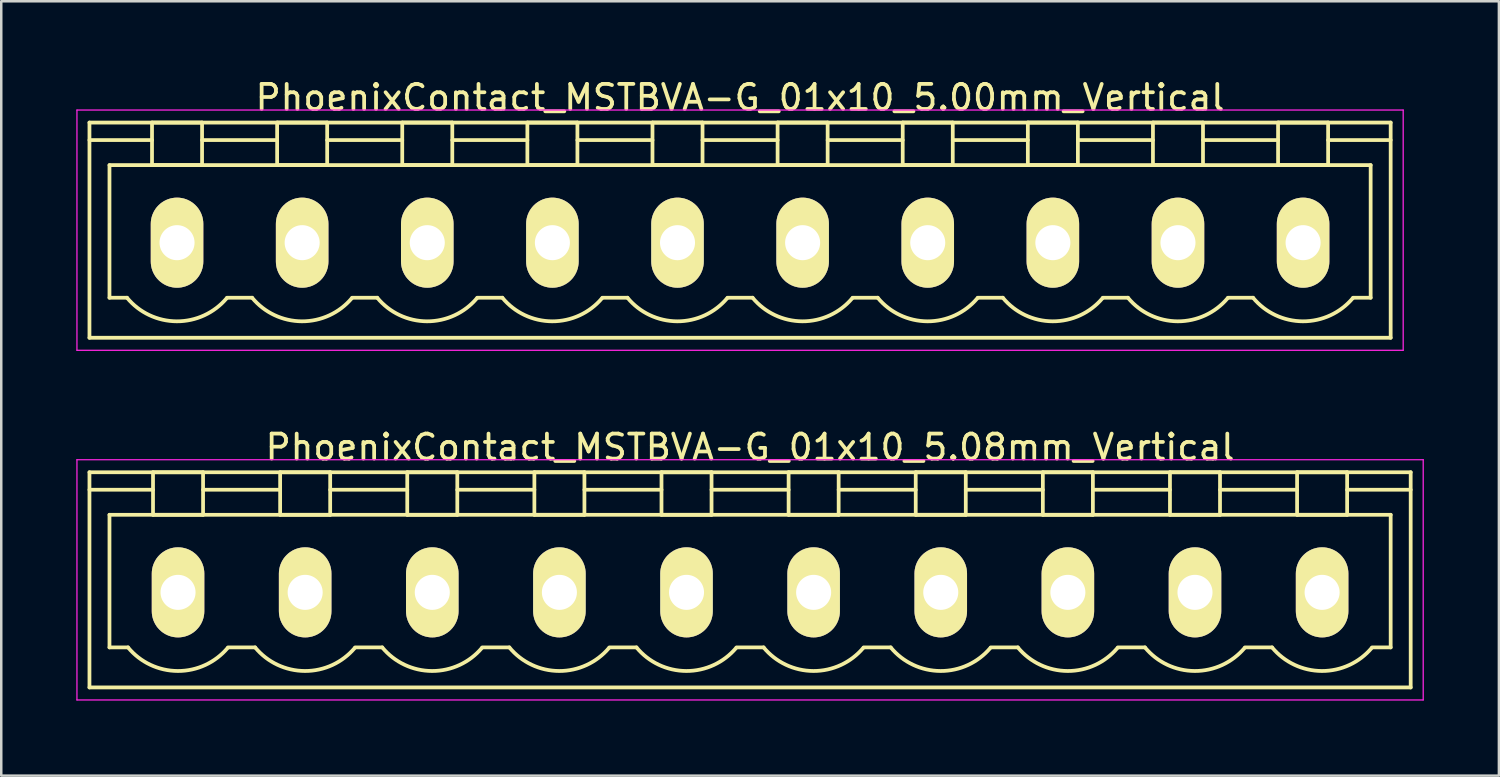
<source format=kicad_pcb>
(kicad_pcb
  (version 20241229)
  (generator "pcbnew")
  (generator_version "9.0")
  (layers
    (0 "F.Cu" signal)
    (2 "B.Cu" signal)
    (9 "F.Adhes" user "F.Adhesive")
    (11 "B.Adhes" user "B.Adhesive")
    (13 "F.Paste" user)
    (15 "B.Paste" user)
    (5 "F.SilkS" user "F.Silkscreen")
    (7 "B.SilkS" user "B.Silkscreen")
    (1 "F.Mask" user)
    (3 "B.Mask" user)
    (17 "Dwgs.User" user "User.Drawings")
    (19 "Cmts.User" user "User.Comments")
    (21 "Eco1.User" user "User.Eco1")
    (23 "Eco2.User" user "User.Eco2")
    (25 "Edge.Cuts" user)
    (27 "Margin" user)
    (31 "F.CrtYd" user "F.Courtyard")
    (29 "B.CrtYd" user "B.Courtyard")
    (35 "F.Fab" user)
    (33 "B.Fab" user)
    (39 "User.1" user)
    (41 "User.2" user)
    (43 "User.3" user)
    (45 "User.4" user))
  (footprint "PhoenixContact_MSTBVA-G_01x10_5.00mm_Vertical"
    (layer "F.Cu")
    (at 4.025 6.648)
    (property "Reference" "PhoenixContact_MSTBVA-G_01x10_5.00mm_Vertical" (at 22.5 -5.8 0) (layer "F.SilkS") (effects (font (size 1 1) (thickness 0.15))))
    (attr through_hole)
    (fp_line (start -3.5 -4.8) (end -3.5 3.8) (stroke (width 0.15) (type solid)) (layer "F.SilkS"))
    (fp_line (start -3.5 -4.1) (end -1 -4.1) (stroke (width 0.15) (type solid)) (layer "F.SilkS"))
    (fp_line (start -3.5 3.8) (end 48.5 3.8) (stroke (width 0.15) (type solid)) (layer "F.SilkS"))
    (fp_line (start -2.7 -3.1) (end 47.7 -3.1) (stroke (width 0.15) (type solid)) (layer "F.SilkS"))
    (fp_line (start -2.7 2.2) (end -2.7 -3.1) (stroke (width 0.15) (type solid)) (layer "F.SilkS"))
    (fp_line (start -2 2.2) (end -2.7 2.2) (stroke (width 0.15) (type solid)) (layer "F.SilkS"))
    (fp_line (start -1 -4.8) (end 1 -4.8) (stroke (width 0.15) (type solid)) (layer "F.SilkS"))
    (fp_line (start -1 -3.1) (end -1 -4.8) (stroke (width 0.15) (type solid)) (layer "F.SilkS"))
    (fp_line (start 1 -4.8) (end 1 -3.1) (stroke (width 0.15) (type solid)) (layer "F.SilkS"))
    (fp_line (start 1 -4.1) (end 4 -4.1) (stroke (width 0.15) (type solid)) (layer "F.SilkS"))
    (fp_line (start 1 -3.1) (end -1 -3.1) (stroke (width 0.15) (type solid)) (layer "F.SilkS"))
    (fp_line (start 2 2.2) (end 3 2.2) (stroke (width 0.15) (type solid)) (layer "F.SilkS"))
    (fp_line (start 4 -4.8) (end 6 -4.8) (stroke (width 0.15) (type solid)) (layer "F.SilkS"))
    (fp_line (start 4 -3.1) (end 4 -4.8) (stroke (width 0.15) (type solid)) (layer "F.SilkS"))
    (fp_line (start 6 -4.8) (end 6 -3.1) (stroke (width 0.15) (type solid)) (layer "F.SilkS"))
    (fp_line (start 6 -4.1) (end 9 -4.1) (stroke (width 0.15) (type solid)) (layer "F.SilkS"))
    (fp_line (start 6 -3.1) (end 4 -3.1) (stroke (width 0.15) (type solid)) (layer "F.SilkS"))
    (fp_line (start 7 2.2) (end 8 2.2) (stroke (width 0.15) (type solid)) (layer "F.SilkS"))
    (fp_line (start 9 -4.8) (end 11 -4.8) (stroke (width 0.15) (type solid)) (layer "F.SilkS"))
    (fp_line (start 9 -3.1) (end 9 -4.8) (stroke (width 0.15) (type solid)) (layer "F.SilkS"))
    (fp_line (start 11 -4.8) (end 11 -3.1) (stroke (width 0.15) (type solid)) (layer "F.SilkS"))
    (fp_line (start 11 -4.1) (end 14 -4.1) (stroke (width 0.15) (type solid)) (layer "F.SilkS"))
    (fp_line (start 11 -3.1) (end 9 -3.1) (stroke (width 0.15) (type solid)) (layer "F.SilkS"))
    (fp_line (start 12 2.2) (end 13 2.2) (stroke (width 0.15) (type solid)) (layer "F.SilkS"))
    (fp_line (start 14 -4.8) (end 16 -4.8) (stroke (width 0.15) (type solid)) (layer "F.SilkS"))
    (fp_line (start 14 -3.1) (end 14 -4.8) (stroke (width 0.15) (type solid)) (layer "F.SilkS"))
    (fp_line (start 16 -4.8) (end 16 -3.1) (stroke (width 0.15) (type solid)) (layer "F.SilkS"))
    (fp_line (start 16 -4.1) (end 19 -4.1) (stroke (width 0.15) (type solid)) (layer "F.SilkS"))
    (fp_line (start 16 -3.1) (end 14 -3.1) (stroke (width 0.15) (type solid)) (layer "F.SilkS"))
    (fp_line (start 17 2.2) (end 18 2.2) (stroke (width 0.15) (type solid)) (layer "F.SilkS"))
    (fp_line (start 19 -4.8) (end 21 -4.8) (stroke (width 0.15) (type solid)) (layer "F.SilkS"))
    (fp_line (start 19 -3.1) (end 19 -4.8) (stroke (width 0.15) (type solid)) (layer "F.SilkS"))
    (fp_line (start 21 -4.8) (end 21 -3.1) (stroke (width 0.15) (type solid)) (layer "F.SilkS"))
    (fp_line (start 21 -4.1) (end 24 -4.1) (stroke (width 0.15) (type solid)) (layer "F.SilkS"))
    (fp_line (start 21 -3.1) (end 19 -3.1) (stroke (width 0.15) (type solid)) (layer "F.SilkS"))
    (fp_line (start 22 2.2) (end 23 2.2) (stroke (width 0.15) (type solid)) (layer "F.SilkS"))
    (fp_line (start 24 -4.8) (end 26 -4.8) (stroke (width 0.15) (type solid)) (layer "F.SilkS"))
    (fp_line (start 24 -3.1) (end 24 -4.8) (stroke (width 0.15) (type solid)) (layer "F.SilkS"))
    (fp_line (start 26 -4.8) (end 26 -3.1) (stroke (width 0.15) (type solid)) (layer "F.SilkS"))
    (fp_line (start 26 -4.1) (end 29 -4.1) (stroke (width 0.15) (type solid)) (layer "F.SilkS"))
    (fp_line (start 26 -3.1) (end 24 -3.1) (stroke (width 0.15) (type solid)) (layer "F.SilkS"))
    (fp_line (start 27 2.2) (end 28 2.2) (stroke (width 0.15) (type solid)) (layer "F.SilkS"))
    (fp_line (start 29 -4.8) (end 31 -4.8) (stroke (width 0.15) (type solid)) (layer "F.SilkS"))
    (fp_line (start 29 -3.1) (end 29 -4.8) (stroke (width 0.15) (type solid)) (layer "F.SilkS"))
    (fp_line (start 31 -4.8) (end 31 -3.1) (stroke (width 0.15) (type solid)) (layer "F.SilkS"))
    (fp_line (start 31 -4.1) (end 34 -4.1) (stroke (width 0.15) (type solid)) (layer "F.SilkS"))
    (fp_line (start 31 -3.1) (end 29 -3.1) (stroke (width 0.15) (type solid)) (layer "F.SilkS"))
    (fp_line (start 32 2.2) (end 33 2.2) (stroke (width 0.15) (type solid)) (layer "F.SilkS"))
    (fp_line (start 34 -4.8) (end 36 -4.8) (stroke (width 0.15) (type solid)) (layer "F.SilkS"))
    (fp_line (start 34 -3.1) (end 34 -4.8) (stroke (width 0.15) (type solid)) (layer "F.SilkS"))
    (fp_line (start 36 -4.8) (end 36 -3.1) (stroke (width 0.15) (type solid)) (layer "F.SilkS"))
    (fp_line (start 36 -4.1) (end 39 -4.1) (stroke (width 0.15) (type solid)) (layer "F.SilkS"))
    (fp_line (start 36 -3.1) (end 34 -3.1) (stroke (width 0.15) (type solid)) (layer "F.SilkS"))
    (fp_line (start 37 2.2) (end 38 2.2) (stroke (width 0.15) (type solid)) (layer "F.SilkS"))
    (fp_line (start 39 -4.8) (end 41 -4.8) (stroke (width 0.15) (type solid)) (layer "F.SilkS"))
    (fp_line (start 39 -3.1) (end 39 -4.8) (stroke (width 0.15) (type solid)) (layer "F.SilkS"))
    (fp_line (start 41 -4.8) (end 41 -3.1) (stroke (width 0.15) (type solid)) (layer "F.SilkS"))
    (fp_line (start 41 -4.1) (end 44 -4.1) (stroke (width 0.15) (type solid)) (layer "F.SilkS"))
    (fp_line (start 41 -3.1) (end 39 -3.1) (stroke (width 0.15) (type solid)) (layer "F.SilkS"))
    (fp_line (start 42 2.2) (end 43 2.2) (stroke (width 0.15) (type solid)) (layer "F.SilkS"))
    (fp_line (start 44 -4.8) (end 46 -4.8) (stroke (width 0.15) (type solid)) (layer "F.SilkS"))
    (fp_line (start 44 -3.1) (end 44 -4.8) (stroke (width 0.15) (type solid)) (layer "F.SilkS"))
    (fp_line (start 46 -4.8) (end 46 -3.1) (stroke (width 0.15) (type solid)) (layer "F.SilkS"))
    (fp_line (start 46 -3.1) (end 44 -3.1) (stroke (width 0.15) (type solid)) (layer "F.SilkS"))
    (fp_line (start 47.7 -3.1) (end 47.7 2.2) (stroke (width 0.15) (type solid)) (layer "F.SilkS"))
    (fp_line (start 47.7 2.2) (end 47 2.2) (stroke (width 0.15) (type solid)) (layer "F.SilkS"))
    (fp_line (start 48.5 -4.8) (end -3.5 -4.8) (stroke (width 0.15) (type solid)) (layer "F.SilkS"))
    (fp_line (start 48.5 -4.1) (end 46 -4.1) (stroke (width 0.15) (type solid)) (layer "F.SilkS"))
    (fp_line (start 48.5 3.8) (end 48.5 -4.8) (stroke (width 0.15) (type solid)) (layer "F.SilkS"))
    (fp_arc (start 1.986842 2.215821) (mid -0.010289 3.142758) (end -2 2.2) (stroke (width 0.15) (type solid)) (layer "F.SilkS"))
    (fp_arc (start 6.986842 2.215821) (mid 4.989711 3.142758) (end 3 2.2) (stroke (width 0.15) (type solid)) (layer "F.SilkS"))
    (fp_arc (start 11.986842 2.215821) (mid 9.989711 3.142758) (end 8 2.2) (stroke (width 0.15) (type solid)) (layer "F.SilkS"))
    (fp_arc (start 16.986842 2.215821) (mid 14.989711 3.142758) (end 13 2.2) (stroke (width 0.15) (type solid)) (layer "F.SilkS"))
    (fp_arc (start 21.986842 2.215821) (mid 19.989711 3.142758) (end 18 2.2) (stroke (width 0.15) (type solid)) (layer "F.SilkS"))
    (fp_arc (start 26.986842 2.215821) (mid 24.989711 3.142758) (end 23 2.2) (stroke (width 0.15) (type solid)) (layer "F.SilkS"))
    (fp_arc (start 31.986842 2.215821) (mid 29.989711 3.142758) (end 28 2.2) (stroke (width 0.15) (type solid)) (layer "F.SilkS"))
    (fp_arc (start 36.986842 2.215821) (mid 34.989711 3.142758) (end 33 2.2) (stroke (width 0.15) (type solid)) (layer "F.SilkS"))
    (fp_arc (start 41.986842 2.215821) (mid 39.989711 3.142758) (end 38 2.2) (stroke (width 0.15) (type solid)) (layer "F.SilkS"))
    (fp_arc (start 46.986842 2.215821) (mid 44.989711 3.142758) (end 43 2.2) (stroke (width 0.15) (type solid)) (layer "F.SilkS"))
    (fp_line (start -4 -5.3) (end -4 4.3) (stroke (width 0.05) (type solid)) (layer "F.CrtYd"))
    (fp_line (start -4 4.3) (end 49 4.3) (stroke (width 0.05) (type solid)) (layer "F.CrtYd"))
    (fp_line (start 49 -5.3) (end -4 -5.3) (stroke (width 0.05) (type solid)) (layer "F.CrtYd"))
    (fp_line (start 49 4.3) (end 49 -5.3) (stroke (width 0.05) (type solid)) (layer "F.CrtYd"))
    (pad "1" thru_hole oval (at 0 0) (size 2.1 3.6) (drill 1.4) (layers "*.Cu" "*.Mask" "F.SilkS"))
    (pad "2" thru_hole oval (at 5 0) (size 2.1 3.6) (drill 1.4) (layers "*.Cu" "*.Mask" "F.SilkS"))
    (pad "3" thru_hole oval (at 10 0) (size 2.1 3.6) (drill 1.4) (layers "*.Cu" "*.Mask" "F.SilkS"))
    (pad "4" thru_hole oval (at 15 0) (size 2.1 3.6) (drill 1.4) (layers "*.Cu" "*.Mask" "F.SilkS"))
    (pad "5" thru_hole oval (at 20 0) (size 2.1 3.6) (drill 1.4) (layers "*.Cu" "*.Mask" "F.SilkS"))
    (pad "6" thru_hole oval (at 25 0) (size 2.1 3.6) (drill 1.4) (layers "*.Cu" "*.Mask" "F.SilkS"))
    (pad "7" thru_hole oval (at 30 0) (size 2.1 3.6) (drill 1.4) (layers "*.Cu" "*.Mask" "F.SilkS"))
    (pad "8" thru_hole oval (at 35 0) (size 2.1 3.6) (drill 1.4) (layers "*.Cu" "*.Mask" "F.SilkS"))
    (pad "9" thru_hole oval (at 40 0) (size 2.1 3.6) (drill 1.4) (layers "*.Cu" "*.Mask" "F.SilkS"))
    (pad "10" thru_hole oval (at 45 0) (size 2.1 3.6) (drill 1.4) (layers "*.Cu" "*.Mask" "F.SilkS")))
  (footprint "PhoenixContact_MSTBVA-G_01x10_5.08mm_Vertical"
    (layer "F.Cu")
    (at 4.065 20.622)
    (property "Reference" "PhoenixContact_MSTBVA-G_01x10_5.08mm_Vertical" (at 22.86 -5.8 0) (layer "F.SilkS") (effects (font (size 1 1) (thickness 0.15))))
    (attr through_hole)
    (fp_line (start -3.54 -4.8) (end -3.54 3.8) (stroke (width 0.15) (type solid)) (layer "F.SilkS"))
    (fp_line (start -3.54 -4.1) (end -1 -4.1) (stroke (width 0.15) (type solid)) (layer "F.SilkS"))
    (fp_line (start -3.54 3.8) (end 49.26 3.8) (stroke (width 0.15) (type solid)) (layer "F.SilkS"))
    (fp_line (start -2.74 -3.1) (end 48.46 -3.1) (stroke (width 0.15) (type solid)) (layer "F.SilkS"))
    (fp_line (start -2.74 2.2) (end -2.74 -3.1) (stroke (width 0.15) (type solid)) (layer "F.SilkS"))
    (fp_line (start -2 2.2) (end -2.74 2.2) (stroke (width 0.15) (type solid)) (layer "F.SilkS"))
    (fp_line (start -1 -4.8) (end 1 -4.8) (stroke (width 0.15) (type solid)) (layer "F.SilkS"))
    (fp_line (start -1 -3.1) (end -1 -4.8) (stroke (width 0.15) (type solid)) (layer "F.SilkS"))
    (fp_line (start 1 -4.8) (end 1 -3.1) (stroke (width 0.15) (type solid)) (layer "F.SilkS"))
    (fp_line (start 1 -4.1) (end 4.08 -4.1) (stroke (width 0.15) (type solid)) (layer "F.SilkS"))
    (fp_line (start 1 -3.1) (end -1 -3.1) (stroke (width 0.15) (type solid)) (layer "F.SilkS"))
    (fp_line (start 2 2.2) (end 3.08 2.2) (stroke (width 0.15) (type solid)) (layer "F.SilkS"))
    (fp_line (start 4.08 -4.8) (end 6.08 -4.8) (stroke (width 0.15) (type solid)) (layer "F.SilkS"))
    (fp_line (start 4.08 -3.1) (end 4.08 -4.8) (stroke (width 0.15) (type solid)) (layer "F.SilkS"))
    (fp_line (start 6.08 -4.8) (end 6.08 -3.1) (stroke (width 0.15) (type solid)) (layer "F.SilkS"))
    (fp_line (start 6.08 -4.1) (end 9.16 -4.1) (stroke (width 0.15) (type solid)) (layer "F.SilkS"))
    (fp_line (start 6.08 -3.1) (end 4.08 -3.1) (stroke (width 0.15) (type solid)) (layer "F.SilkS"))
    (fp_line (start 7.08 2.2) (end 8.16 2.2) (stroke (width 0.15) (type solid)) (layer "F.SilkS"))
    (fp_line (start 9.16 -4.8) (end 11.16 -4.8) (stroke (width 0.15) (type solid)) (layer "F.SilkS"))
    (fp_line (start 9.16 -3.1) (end 9.16 -4.8) (stroke (width 0.15) (type solid)) (layer "F.SilkS"))
    (fp_line (start 11.16 -4.8) (end 11.16 -3.1) (stroke (width 0.15) (type solid)) (layer "F.SilkS"))
    (fp_line (start 11.16 -4.1) (end 14.24 -4.1) (stroke (width 0.15) (type solid)) (layer "F.SilkS"))
    (fp_line (start 11.16 -3.1) (end 9.16 -3.1) (stroke (width 0.15) (type solid)) (layer "F.SilkS"))
    (fp_line (start 12.16 2.2) (end 13.24 2.2) (stroke (width 0.15) (type solid)) (layer "F.SilkS"))
    (fp_line (start 14.24 -4.8) (end 16.24 -4.8) (stroke (width 0.15) (type solid)) (layer "F.SilkS"))
    (fp_line (start 14.24 -3.1) (end 14.24 -4.8) (stroke (width 0.15) (type solid)) (layer "F.SilkS"))
    (fp_line (start 16.24 -4.8) (end 16.24 -3.1) (stroke (width 0.15) (type solid)) (layer "F.SilkS"))
    (fp_line (start 16.24 -4.1) (end 19.32 -4.1) (stroke (width 0.15) (type solid)) (layer "F.SilkS"))
    (fp_line (start 16.24 -3.1) (end 14.24 -3.1) (stroke (width 0.15) (type solid)) (layer "F.SilkS"))
    (fp_line (start 17.24 2.2) (end 18.32 2.2) (stroke (width 0.15) (type solid)) (layer "F.SilkS"))
    (fp_line (start 19.32 -4.8) (end 21.32 -4.8) (stroke (width 0.15) (type solid)) (layer "F.SilkS"))
    (fp_line (start 19.32 -3.1) (end 19.32 -4.8) (stroke (width 0.15) (type solid)) (layer "F.SilkS"))
    (fp_line (start 21.32 -4.8) (end 21.32 -3.1) (stroke (width 0.15) (type solid)) (layer "F.SilkS"))
    (fp_line (start 21.32 -4.1) (end 24.4 -4.1) (stroke (width 0.15) (type solid)) (layer "F.SilkS"))
    (fp_line (start 21.32 -3.1) (end 19.32 -3.1) (stroke (width 0.15) (type solid)) (layer "F.SilkS"))
    (fp_line (start 22.32 2.2) (end 23.4 2.2) (stroke (width 0.15) (type solid)) (layer "F.SilkS"))
    (fp_line (start 24.4 -4.8) (end 26.4 -4.8) (stroke (width 0.15) (type solid)) (layer "F.SilkS"))
    (fp_line (start 24.4 -3.1) (end 24.4 -4.8) (stroke (width 0.15) (type solid)) (layer "F.SilkS"))
    (fp_line (start 26.4 -4.8) (end 26.4 -3.1) (stroke (width 0.15) (type solid)) (layer "F.SilkS"))
    (fp_line (start 26.4 -4.1) (end 29.48 -4.1) (stroke (width 0.15) (type solid)) (layer "F.SilkS"))
    (fp_line (start 26.4 -3.1) (end 24.4 -3.1) (stroke (width 0.15) (type solid)) (layer "F.SilkS"))
    (fp_line (start 27.4 2.2) (end 28.48 2.2) (stroke (width 0.15) (type solid)) (layer "F.SilkS"))
    (fp_line (start 29.48 -4.8) (end 31.48 -4.8) (stroke (width 0.15) (type solid)) (layer "F.SilkS"))
    (fp_line (start 29.48 -3.1) (end 29.48 -4.8) (stroke (width 0.15) (type solid)) (layer "F.SilkS"))
    (fp_line (start 31.48 -4.8) (end 31.48 -3.1) (stroke (width 0.15) (type solid)) (layer "F.SilkS"))
    (fp_line (start 31.48 -4.1) (end 34.56 -4.1) (stroke (width 0.15) (type solid)) (layer "F.SilkS"))
    (fp_line (start 31.48 -3.1) (end 29.48 -3.1) (stroke (width 0.15) (type solid)) (layer "F.SilkS"))
    (fp_line (start 32.48 2.2) (end 33.56 2.2) (stroke (width 0.15) (type solid)) (layer "F.SilkS"))
    (fp_line (start 34.56 -4.8) (end 36.56 -4.8) (stroke (width 0.15) (type solid)) (layer "F.SilkS"))
    (fp_line (start 34.56 -3.1) (end 34.56 -4.8) (stroke (width 0.15) (type solid)) (layer "F.SilkS"))
    (fp_line (start 36.56 -4.8) (end 36.56 -3.1) (stroke (width 0.15) (type solid)) (layer "F.SilkS"))
    (fp_line (start 36.56 -4.1) (end 39.64 -4.1) (stroke (width 0.15) (type solid)) (layer "F.SilkS"))
    (fp_line (start 36.56 -3.1) (end 34.56 -3.1) (stroke (width 0.15) (type solid)) (layer "F.SilkS"))
    (fp_line (start 37.56 2.2) (end 38.64 2.2) (stroke (width 0.15) (type solid)) (layer "F.SilkS"))
    (fp_line (start 39.64 -4.8) (end 41.64 -4.8) (stroke (width 0.15) (type solid)) (layer "F.SilkS"))
    (fp_line (start 39.64 -3.1) (end 39.64 -4.8) (stroke (width 0.15) (type solid)) (layer "F.SilkS"))
    (fp_line (start 41.64 -4.8) (end 41.64 -3.1) (stroke (width 0.15) (type solid)) (layer "F.SilkS"))
    (fp_line (start 41.64 -4.1) (end 44.72 -4.1) (stroke (width 0.15) (type solid)) (layer "F.SilkS"))
    (fp_line (start 41.64 -3.1) (end 39.64 -3.1) (stroke (width 0.15) (type solid)) (layer "F.SilkS"))
    (fp_line (start 42.64 2.2) (end 43.72 2.2) (stroke (width 0.15) (type solid)) (layer "F.SilkS"))
    (fp_line (start 44.72 -4.8) (end 46.72 -4.8) (stroke (width 0.15) (type solid)) (layer "F.SilkS"))
    (fp_line (start 44.72 -3.1) (end 44.72 -4.8) (stroke (width 0.15) (type solid)) (layer "F.SilkS"))
    (fp_line (start 46.72 -4.8) (end 46.72 -3.1) (stroke (width 0.15) (type solid)) (layer "F.SilkS"))
    (fp_line (start 46.72 -3.1) (end 44.72 -3.1) (stroke (width 0.15) (type solid)) (layer "F.SilkS"))
    (fp_line (start 48.46 -3.1) (end 48.46 2.2) (stroke (width 0.15) (type solid)) (layer "F.SilkS"))
    (fp_line (start 48.46 2.2) (end 47.72 2.2) (stroke (width 0.15) (type solid)) (layer "F.SilkS"))
    (fp_line (start 49.26 -4.8) (end -3.54 -4.8) (stroke (width 0.15) (type solid)) (layer "F.SilkS"))
    (fp_line (start 49.26 -4.1) (end 46.72 -4.1) (stroke (width 0.15) (type solid)) (layer "F.SilkS"))
    (fp_line (start 49.26 3.8) (end 49.26 -4.8) (stroke (width 0.15) (type solid)) (layer "F.SilkS"))
    (fp_arc (start 1.986842 2.215821) (mid -0.010289 3.142758) (end -2 2.2) (stroke (width 0.15) (type solid)) (layer "F.SilkS"))
    (fp_arc (start 7.066842 2.215821) (mid 5.069711 3.142758) (end 3.08 2.2) (stroke (width 0.15) (type solid)) (layer "F.SilkS"))
    (fp_arc (start 12.146842 2.215821) (mid 10.149711 3.142758) (end 8.16 2.2) (stroke (width 0.15) (type solid)) (layer "F.SilkS"))
    (fp_arc (start 17.226842 2.215821) (mid 15.229711 3.142758) (end 13.24 2.2) (stroke (width 0.15) (type solid)) (layer "F.SilkS"))
    (fp_arc (start 22.306842 2.215821) (mid 20.309711 3.142758) (end 18.32 2.2) (stroke (width 0.15) (type solid)) (layer "F.SilkS"))
    (fp_arc (start 27.386842 2.215821) (mid 25.389711 3.142758) (end 23.4 2.2) (stroke (width 0.15) (type solid)) (layer "F.SilkS"))
    (fp_arc (start 32.466842 2.215821) (mid 30.469711 3.142758) (end 28.48 2.2) (stroke (width 0.15) (type solid)) (layer "F.SilkS"))
    (fp_arc (start 37.546842 2.215821) (mid 35.549711 3.142758) (end 33.56 2.2) (stroke (width 0.15) (type solid)) (layer "F.SilkS"))
    (fp_arc (start 42.626842 2.215821) (mid 40.629711 3.142758) (end 38.64 2.2) (stroke (width 0.15) (type solid)) (layer "F.SilkS"))
    (fp_arc (start 47.706842 2.215821) (mid 45.709711 3.142758) (end 43.72 2.2) (stroke (width 0.15) (type solid)) (layer "F.SilkS"))
    (fp_line (start -4.04 -5.3) (end -4.04 4.3) (stroke (width 0.05) (type solid)) (layer "F.CrtYd"))
    (fp_line (start -4.04 4.3) (end 49.76 4.3) (stroke (width 0.05) (type solid)) (layer "F.CrtYd"))
    (fp_line (start 49.76 -5.3) (end -4.04 -5.3) (stroke (width 0.05) (type solid)) (layer "F.CrtYd"))
    (fp_line (start 49.76 4.3) (end 49.76 -5.3) (stroke (width 0.05) (type solid)) (layer "F.CrtYd"))
    (pad "1" thru_hole oval (at 0 0) (size 2.1 3.6) (drill 1.4) (layers "*.Cu" "*.Mask" "F.SilkS"))
    (pad "2" thru_hole oval (at 5.08 0) (size 2.1 3.6) (drill 1.4) (layers "*.Cu" "*.Mask" "F.SilkS"))
    (pad "3" thru_hole oval (at 10.16 0) (size 2.1 3.6) (drill 1.4) (layers "*.Cu" "*.Mask" "F.SilkS"))
    (pad "4" thru_hole oval (at 15.24 0) (size 2.1 3.6) (drill 1.4) (layers "*.Cu" "*.Mask" "F.SilkS"))
    (pad "5" thru_hole oval (at 20.32 0) (size 2.1 3.6) (drill 1.4) (layers "*.Cu" "*.Mask" "F.SilkS"))
    (pad "6" thru_hole oval (at 25.4 0) (size 2.1 3.6) (drill 1.4) (layers "*.Cu" "*.Mask" "F.SilkS"))
    (pad "7" thru_hole oval (at 30.48 0) (size 2.1 3.6) (drill 1.4) (layers "*.Cu" "*.Mask" "F.SilkS"))
    (pad "8" thru_hole oval (at 35.56 0) (size 2.1 3.6) (drill 1.4) (layers "*.Cu" "*.Mask" "F.SilkS"))
    (pad "9" thru_hole oval (at 40.64 0) (size 2.1 3.6) (drill 1.4) (layers "*.Cu" "*.Mask" "F.SilkS"))
    (pad "10" thru_hole oval (at 45.72 0) (size 2.1 3.6) (drill 1.4) (layers "*.Cu" "*.Mask" "F.SilkS")))
  (gr_rect
    (start -3 -3)
    (end 56.85 27.947)
    (stroke (width 0.1) (type default))
    (fill no)
    (layer "Edge.Cuts")))
</source>
